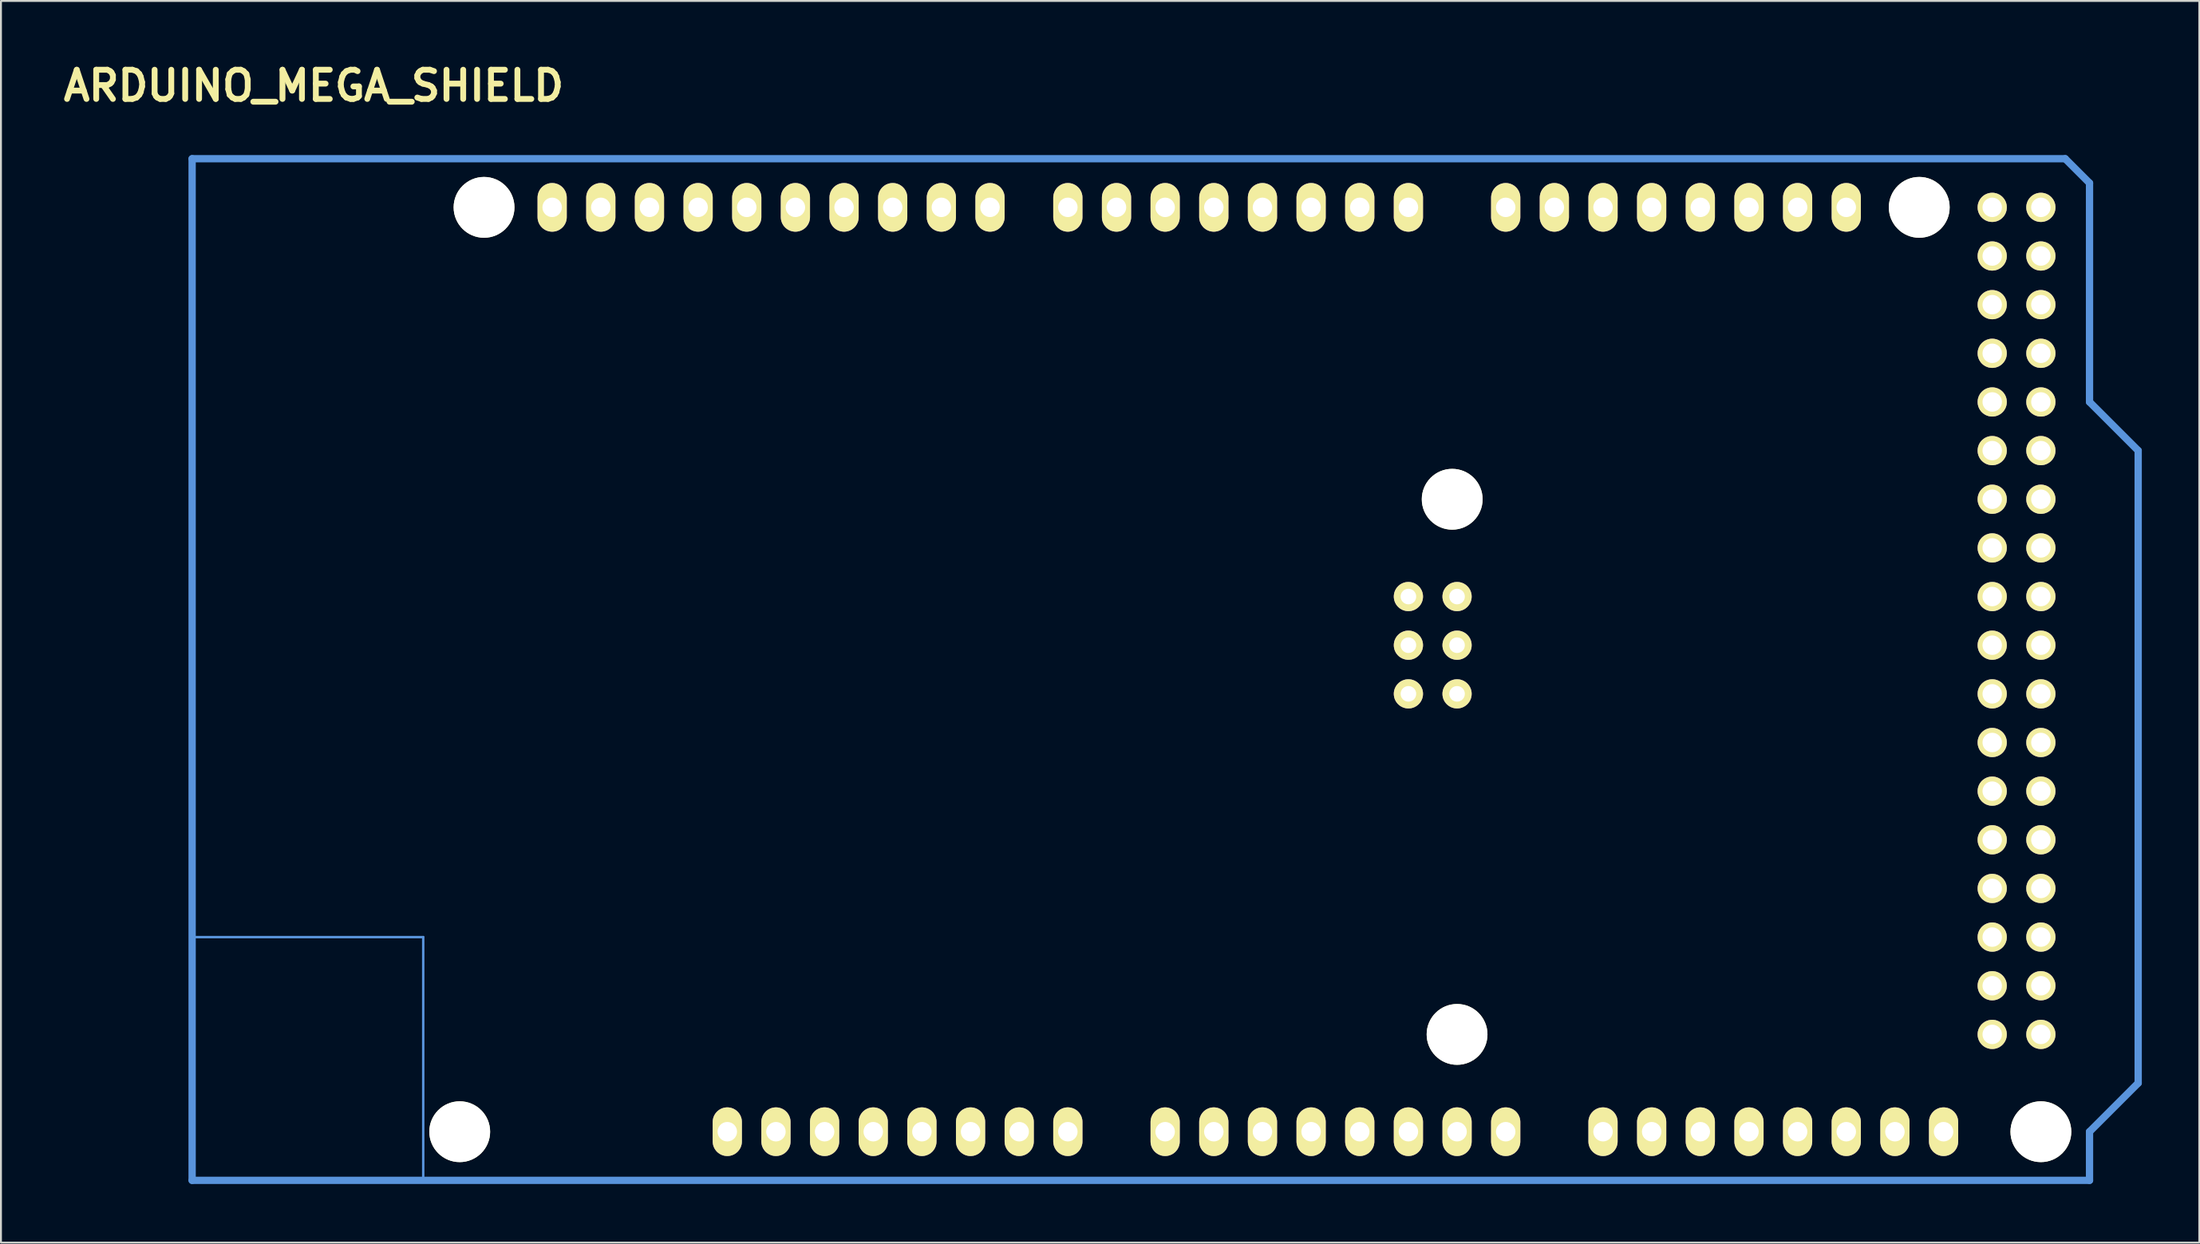
<source format=kicad_pcb>
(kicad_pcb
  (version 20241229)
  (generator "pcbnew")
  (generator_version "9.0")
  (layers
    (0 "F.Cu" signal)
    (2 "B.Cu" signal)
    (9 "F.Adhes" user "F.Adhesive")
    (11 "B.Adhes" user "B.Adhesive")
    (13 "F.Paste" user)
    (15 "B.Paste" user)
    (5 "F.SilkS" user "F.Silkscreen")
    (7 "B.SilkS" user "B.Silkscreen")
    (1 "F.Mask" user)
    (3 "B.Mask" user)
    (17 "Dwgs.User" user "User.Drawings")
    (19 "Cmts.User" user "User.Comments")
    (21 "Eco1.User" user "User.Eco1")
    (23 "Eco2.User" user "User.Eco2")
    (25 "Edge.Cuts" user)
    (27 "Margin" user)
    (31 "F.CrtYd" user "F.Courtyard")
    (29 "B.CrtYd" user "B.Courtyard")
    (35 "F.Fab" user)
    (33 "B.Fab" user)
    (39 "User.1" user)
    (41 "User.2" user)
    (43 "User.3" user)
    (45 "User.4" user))
  (footprint "ARDUINO_MEGA_SHIELD"
    (layer "F.Cu")
    (at 6.981 58.576)
    (property "Reference" "ARDUINO_MEGA_SHIELD" (at 6.35 -57.15 0) (layer "F.SilkS") (effects (font (size 1.524 1.524) (thickness 0.305))))
    (attr through_hole)
    (fp_line (start 0 -12.7) (end 12.065 -12.7) (stroke (width 0.127) (type solid)) (layer "Cmts.User"))
    (fp_line (start 0 0) (end 0 -53.34) (stroke (width 0.381) (type solid)) (layer "Cmts.User"))
    (fp_line (start 12.065 -12.7) (end 12.065 0) (stroke (width 0.127) (type solid)) (layer "Cmts.User"))
    (fp_line (start 97.79 -53.34) (end 0 -53.34) (stroke (width 0.381) (type solid)) (layer "Cmts.User"))
    (fp_line (start 99.06 -52.07) (end 97.79 -53.34) (stroke (width 0.381) (type solid)) (layer "Cmts.User"))
    (fp_line (start 99.06 -40.64) (end 99.06 -52.07) (stroke (width 0.381) (type solid)) (layer "Cmts.User"))
    (fp_line (start 99.06 -40.64) (end 101.6 -38.1) (stroke (width 0.381) (type solid)) (layer "Cmts.User"))
    (fp_line (start 99.06 -2.54) (end 99.06 0) (stroke (width 0.381) (type solid)) (layer "Cmts.User"))
    (fp_line (start 99.06 0) (end 0 0) (stroke (width 0.381) (type solid)) (layer "Cmts.User"))
    (fp_line (start 101.6 -38.1) (end 101.6 -5.08) (stroke (width 0.381) (type solid)) (layer "Cmts.User"))
    (fp_line (start 101.6 -5.08) (end 99.06 -2.54) (stroke (width 0.381) (type solid)) (layer "Cmts.User"))
    (pad "" np_thru_hole circle (at 13.97 -2.54 90) (size 3.175 3.175) (drill 3.175) (layers "*.Cu" "*.Mask" "F.SilkS"))
    (pad "" np_thru_hole circle (at 15.24 -50.8 90) (size 3.175 3.175) (drill 3.175) (layers "*.Cu" "*.Mask" "F.SilkS"))
    (pad "" np_thru_hole circle (at 65.786 -35.56) (size 3.175 3.175) (drill 3.175) (layers "*.Cu" "*.Mask" "F.SilkS"))
    (pad "" np_thru_hole circle (at 66.04 -7.62) (size 3.175 3.175) (drill 3.175) (layers "*.Cu" "*.Mask" "F.SilkS"))
    (pad "" np_thru_hole circle (at 90.17 -50.8 90) (size 3.175 3.175) (drill 3.175) (layers "*.Cu" "*.Mask" "F.SilkS"))
    (pad "" np_thru_hole circle (at 96.52 -2.54 90) (size 3.175 3.175) (drill 3.175) (layers "*.Cu" "*.Mask" "F.SilkS"))
    (pad "0" thru_hole oval (at 63.5 -50.8 90) (size 2.54 1.524) (drill 1.016) (layers "*.Cu" "*.Mask" "F.SilkS"))
    (pad "1" thru_hole oval (at 60.96 -50.8 90) (size 2.54 1.524) (drill 1.016) (layers "*.Cu" "*.Mask" "F.SilkS"))
    (pad "2" thru_hole oval (at 58.42 -50.8 90) (size 2.54 1.524) (drill 1.016) (layers "*.Cu" "*.Mask" "F.SilkS"))
    (pad "3" thru_hole oval (at 55.88 -50.8 90) (size 2.54 1.524) (drill 1.016) (layers "*.Cu" "*.Mask" "F.SilkS"))
    (pad "3V3" thru_hole oval (at 35.56 -2.54 90) (size 2.54 1.524) (drill 1.016) (layers "*.Cu" "*.Mask" "F.SilkS"))
    (pad "4" thru_hole oval (at 53.34 -50.8 90) (size 2.54 1.524) (drill 1.016) (layers "*.Cu" "*.Mask" "F.SilkS"))
    (pad "5" thru_hole oval (at 50.8 -50.8 90) (size 2.54 1.524) (drill 1.016) (layers "*.Cu" "*.Mask" "F.SilkS"))
    (pad "5V" thru_hole oval (at 38.1 -2.54 90) (size 2.54 1.524) (drill 1.016) (layers "*.Cu" "*.Mask" "F.SilkS"))
    (pad "5V_4" thru_hole circle (at 93.98 -50.8) (size 1.524 1.524) (drill 1.016) (layers "*.Cu" "*.Mask" "F.SilkS"))
    (pad "5V_5" thru_hole circle (at 96.52 -50.8) (size 1.524 1.524) (drill 1.016) (layers "*.Cu" "*.Mask" "F.SilkS"))
    (pad "6" thru_hole oval (at 48.26 -50.8 90) (size 2.54 1.524) (drill 1.016) (layers "*.Cu" "*.Mask" "F.SilkS"))
    (pad "7" thru_hole oval (at 45.72 -50.8 90) (size 2.54 1.524) (drill 1.016) (layers "*.Cu" "*.Mask" "F.SilkS"))
    (pad "8" thru_hole oval (at 41.656 -50.8 90) (size 2.54 1.524) (drill 1.016) (layers "*.Cu" "*.Mask" "F.SilkS"))
    (pad "9" thru_hole oval (at 39.116 -50.8 90) (size 2.54 1.524) (drill 1.016) (layers "*.Cu" "*.Mask" "F.SilkS"))
    (pad "10" thru_hole oval (at 36.576 -50.8 90) (size 2.54 1.524) (drill 1.016) (layers "*.Cu" "*.Mask" "F.SilkS"))
    (pad "11" thru_hole oval (at 34.036 -50.8 90) (size 2.54 1.524) (drill 1.016) (layers "*.Cu" "*.Mask" "F.SilkS"))
    (pad "12" thru_hole oval (at 31.496 -50.8 90) (size 2.54 1.524) (drill 1.016) (layers "*.Cu" "*.Mask" "F.SilkS"))
    (pad "13" thru_hole oval (at 28.956 -50.8 90) (size 2.54 1.524) (drill 1.016) (layers "*.Cu" "*.Mask" "F.SilkS"))
    (pad "14" thru_hole oval (at 68.58 -50.8 90) (size 2.54 1.524) (drill 1.016) (layers "*.Cu" "*.Mask" "F.SilkS"))
    (pad "15" thru_hole oval (at 71.12 -50.8 90) (size 2.54 1.524) (drill 1.016) (layers "*.Cu" "*.Mask" "F.SilkS"))
    (pad "16" thru_hole oval (at 73.66 -50.8 90) (size 2.54 1.524) (drill 1.016) (layers "*.Cu" "*.Mask" "F.SilkS"))
    (pad "17" thru_hole oval (at 76.2 -50.8 90) (size 2.54 1.524) (drill 1.016) (layers "*.Cu" "*.Mask" "F.SilkS"))
    (pad "18" thru_hole oval (at 78.74 -50.8 90) (size 2.54 1.524) (drill 1.016) (layers "*.Cu" "*.Mask" "F.SilkS"))
    (pad "19" thru_hole oval (at 81.28 -50.8 90) (size 2.54 1.524) (drill 1.016) (layers "*.Cu" "*.Mask" "F.SilkS"))
    (pad "20" thru_hole oval (at 83.82 -50.8 90) (size 2.54 1.524) (drill 1.016) (layers "*.Cu" "*.Mask" "F.SilkS"))
    (pad "21" thru_hole oval (at 86.36 -50.8 90) (size 2.54 1.524) (drill 1.016) (layers "*.Cu" "*.Mask" "F.SilkS"))
    (pad "22" thru_hole circle (at 93.98 -48.26) (size 1.524 1.524) (drill 1.016) (layers "*.Cu" "*.Mask" "F.SilkS"))
    (pad "23" thru_hole circle (at 96.52 -48.26) (size 1.524 1.524) (drill 1.016) (layers "*.Cu" "*.Mask" "F.SilkS"))
    (pad "24" thru_hole circle (at 93.98 -45.72) (size 1.524 1.524) (drill 1.016) (layers "*.Cu" "*.Mask" "F.SilkS"))
    (pad "25" thru_hole circle (at 96.52 -45.72) (size 1.524 1.524) (drill 1.016) (layers "*.Cu" "*.Mask" "F.SilkS"))
    (pad "26" thru_hole circle (at 93.98 -43.18) (size 1.524 1.524) (drill 1.016) (layers "*.Cu" "*.Mask" "F.SilkS"))
    (pad "27" thru_hole circle (at 96.52 -43.18) (size 1.524 1.524) (drill 1.016) (layers "*.Cu" "*.Mask" "F.SilkS"))
    (pad "28" thru_hole circle (at 93.98 -40.64) (size 1.524 1.524) (drill 1.016) (layers "*.Cu" "*.Mask" "F.SilkS"))
    (pad "29" thru_hole circle (at 96.52 -40.64) (size 1.524 1.524) (drill 1.016) (layers "*.Cu" "*.Mask" "F.SilkS"))
    (pad "30" thru_hole circle (at 93.98 -38.1) (size 1.524 1.524) (drill 1.016) (layers "*.Cu" "*.Mask" "F.SilkS"))
    (pad "31" thru_hole circle (at 96.52 -38.1) (size 1.524 1.524) (drill 1.016) (layers "*.Cu" "*.Mask" "F.SilkS"))
    (pad "32" thru_hole circle (at 93.98 -35.56) (size 1.524 1.524) (drill 1.016) (layers "*.Cu" "*.Mask" "F.SilkS"))
    (pad "33" thru_hole circle (at 96.52 -35.56) (size 1.524 1.524) (drill 1.016) (layers "*.Cu" "*.Mask" "F.SilkS"))
    (pad "34" thru_hole circle (at 93.98 -33.02) (size 1.524 1.524) (drill 1.016) (layers "*.Cu" "*.Mask" "F.SilkS"))
    (pad "35" thru_hole circle (at 96.52 -33.02) (size 1.524 1.524) (drill 1.016) (layers "*.Cu" "*.Mask" "F.SilkS"))
    (pad "36" thru_hole circle (at 93.98 -30.48) (size 1.524 1.524) (drill 1.016) (layers "*.Cu" "*.Mask" "F.SilkS"))
    (pad "37" thru_hole circle (at 96.52 -30.48) (size 1.524 1.524) (drill 1.016) (layers "*.Cu" "*.Mask" "F.SilkS"))
    (pad "38" thru_hole circle (at 93.98 -27.94) (size 1.524 1.524) (drill 1.016) (layers "*.Cu" "*.Mask" "F.SilkS"))
    (pad "39" thru_hole circle (at 96.52 -27.94) (size 1.524 1.524) (drill 1.016) (layers "*.Cu" "*.Mask" "F.SilkS"))
    (pad "40" thru_hole circle (at 93.98 -25.4) (size 1.524 1.524) (drill 1.016) (layers "*.Cu" "*.Mask" "F.SilkS"))
    (pad "41" thru_hole circle (at 96.52 -25.4) (size 1.524 1.524) (drill 1.016) (layers "*.Cu" "*.Mask" "F.SilkS"))
    (pad "42" thru_hole circle (at 93.98 -22.86) (size 1.524 1.524) (drill 1.016) (layers "*.Cu" "*.Mask" "F.SilkS"))
    (pad "43" thru_hole circle (at 96.52 -22.86) (size 1.524 1.524) (drill 1.016) (layers "*.Cu" "*.Mask" "F.SilkS"))
    (pad "44" thru_hole circle (at 93.98 -20.32) (size 1.524 1.524) (drill 1.016) (layers "*.Cu" "*.Mask" "F.SilkS"))
    (pad "45" thru_hole circle (at 96.52 -20.32) (size 1.524 1.524) (drill 1.016) (layers "*.Cu" "*.Mask" "F.SilkS"))
    (pad "46" thru_hole circle (at 93.98 -17.78) (size 1.524 1.524) (drill 1.016) (layers "*.Cu" "*.Mask" "F.SilkS"))
    (pad "47" thru_hole circle (at 96.52 -17.78) (size 1.524 1.524) (drill 1.016) (layers "*.Cu" "*.Mask" "F.SilkS"))
    (pad "48" thru_hole circle (at 93.98 -15.24) (size 1.524 1.524) (drill 1.016) (layers "*.Cu" "*.Mask" "F.SilkS"))
    (pad "49" thru_hole circle (at 96.52 -15.24) (size 1.524 1.524) (drill 1.016) (layers "*.Cu" "*.Mask" "F.SilkS"))
    (pad "50" thru_hole circle (at 93.98 -12.7) (size 1.524 1.524) (drill 1.016) (layers "*.Cu" "*.Mask" "F.SilkS"))
    (pad "51" thru_hole circle (at 96.52 -12.7) (size 1.524 1.524) (drill 1.016) (layers "*.Cu" "*.Mask" "F.SilkS"))
    (pad "52" thru_hole circle (at 93.98 -10.16) (size 1.524 1.524) (drill 1.016) (layers "*.Cu" "*.Mask" "F.SilkS"))
    (pad "53" thru_hole circle (at 96.52 -10.16) (size 1.524 1.524) (drill 1.016) (layers "*.Cu" "*.Mask" "F.SilkS"))
    (pad "AD0" thru_hole oval (at 50.8 -2.54 90) (size 2.54 1.524) (drill 1.016) (layers "*.Cu" "*.Mask" "F.SilkS"))
    (pad "AD1" thru_hole oval (at 53.34 -2.54 90) (size 2.54 1.524) (drill 1.016) (layers "*.Cu" "*.Mask" "F.SilkS"))
    (pad "AD2" thru_hole oval (at 55.88 -2.54 90) (size 2.54 1.524) (drill 1.016) (layers "*.Cu" "*.Mask" "F.SilkS"))
    (pad "AD3" thru_hole oval (at 58.42 -2.54 90) (size 2.54 1.524) (drill 1.016) (layers "*.Cu" "*.Mask" "F.SilkS"))
    (pad "AD4" thru_hole oval (at 60.96 -2.54 90) (size 2.54 1.524) (drill 1.016) (layers "*.Cu" "*.Mask" "F.SilkS"))
    (pad "AD5" thru_hole oval (at 63.5 -2.54 90) (size 2.54 1.524) (drill 1.016) (layers "*.Cu" "*.Mask" "F.SilkS"))
    (pad "AD6" thru_hole oval (at 66.04 -2.54 90) (size 2.54 1.524) (drill 1.016) (layers "*.Cu" "*.Mask" "F.SilkS"))
    (pad "AD7" thru_hole oval (at 68.58 -2.54 90) (size 2.54 1.524) (drill 1.016) (layers "*.Cu" "*.Mask" "F.SilkS"))
    (pad "AD8" thru_hole oval (at 73.66 -2.54 90) (size 2.54 1.524) (drill 1.016) (layers "*.Cu" "*.Mask" "F.SilkS"))
    (pad "AD9" thru_hole oval (at 76.2 -2.54 90) (size 2.54 1.524) (drill 1.016) (layers "*.Cu" "*.Mask" "F.SilkS"))
    (pad "AD10" thru_hole oval (at 78.74 -2.54 90) (size 2.54 1.524) (drill 1.016) (layers "*.Cu" "*.Mask" "F.SilkS"))
    (pad "AD11" thru_hole oval (at 81.28 -2.54 90) (size 2.54 1.524) (drill 1.016) (layers "*.Cu" "*.Mask" "F.SilkS"))
    (pad "AD12" thru_hole oval (at 83.82 -2.54 90) (size 2.54 1.524) (drill 1.016) (layers "*.Cu" "*.Mask" "F.SilkS"))
    (pad "AD13" thru_hole oval (at 86.36 -2.54 90) (size 2.54 1.524) (drill 1.016) (layers "*.Cu" "*.Mask" "F.SilkS"))
    (pad "AD14" thru_hole oval (at 88.9 -2.54 90) (size 2.54 1.524) (drill 1.016) (layers "*.Cu" "*.Mask" "F.SilkS"))
    (pad "AD15" thru_hole oval (at 91.44 -2.54 90) (size 2.54 1.524) (drill 1.016) (layers "*.Cu" "*.Mask" "F.SilkS"))
    (pad "AREF" thru_hole oval (at 23.876 -50.8 90) (size 2.54 1.524) (drill 1.016) (layers "*.Cu" "*.Mask" "F.SilkS"))
    (pad "GND1" thru_hole oval (at 40.64 -2.54 90) (size 2.54 1.524) (drill 1.016) (layers "*.Cu" "*.Mask" "F.SilkS"))
    (pad "GND2" thru_hole oval (at 43.18 -2.54 90) (size 2.54 1.524) (drill 1.016) (layers "*.Cu" "*.Mask" "F.SilkS"))
    (pad "GND3" thru_hole oval (at 26.416 -50.8 90) (size 2.54 1.524) (drill 1.016) (layers "*.Cu" "*.Mask" "F.SilkS"))
    (pad "GND4" thru_hole circle (at 93.98 -7.62) (size 1.524 1.524) (drill 1.016) (layers "*.Cu" "*.Mask" "F.SilkS"))
    (pad "GND5" thru_hole circle (at 96.52 -7.62) (size 1.524 1.524) (drill 1.016) (layers "*.Cu" "*.Mask" "F.SilkS"))
    (pad "IO_R" thru_hole oval (at 30.48 -2.54 90) (size 2.54 1.524) (drill 1.016) (layers "*.Cu" "*.Mask" "F.SilkS"))
    (pad "NC" thru_hole oval (at 27.94 -2.54 90) (size 2.54 1.524) (drill 1.016) (layers "*.Cu" "*.Mask" "F.SilkS"))
    (pad "RST" thru_hole oval (at 33.02 -2.54 90) (size 2.54 1.524) (drill 1.016) (layers "*.Cu" "*.Mask" "F.SilkS"))
    (pad "SCL" thru_hole oval (at 18.796 -50.8 90) (size 2.54 1.524) (drill 1.016) (layers "*.Cu" "*.Mask" "F.SilkS"))
    (pad "SDA" thru_hole oval (at 21.336 -50.8 90) (size 2.54 1.524) (drill 1.016) (layers "*.Cu" "*.Mask" "F.SilkS"))
    (pad "SP1" thru_hole circle (at 63.5 -30.48) (size 1.524 1.524) (drill 0.813) (layers "*.Cu" "*.Mask" "F.SilkS"))
    (pad "SP2" thru_hole circle (at 66.04 -30.48) (size 1.524 1.524) (drill 0.813) (layers "*.Cu" "*.Mask" "F.SilkS"))
    (pad "SP3" thru_hole circle (at 63.5 -27.94) (size 1.524 1.524) (drill 0.813) (layers "*.Cu" "*.Mask" "F.SilkS"))
    (pad "SP4" thru_hole circle (at 66.04 -27.94) (size 1.524 1.524) (drill 0.813) (layers "*.Cu" "*.Mask" "F.SilkS"))
    (pad "SP5" thru_hole circle (at 63.5 -25.4) (size 1.524 1.524) (drill 0.813) (layers "*.Cu" "*.Mask" "F.SilkS"))
    (pad "SP6" thru_hole circle (at 66.04 -25.4) (size 1.524 1.524) (drill 0.813) (layers "*.Cu" "*.Mask" "F.SilkS"))
    (pad "V_IN" thru_hole oval (at 45.72 -2.54 90) (size 2.54 1.524) (drill 1.016) (layers "*.Cu" "*.Mask" "F.SilkS")))
  (gr_rect
    (start -3 -3)
    (end 111.772 61.826)
    (stroke (width 0.1) (type default))
    (fill no)
    (layer "Edge.Cuts")))
</source>
